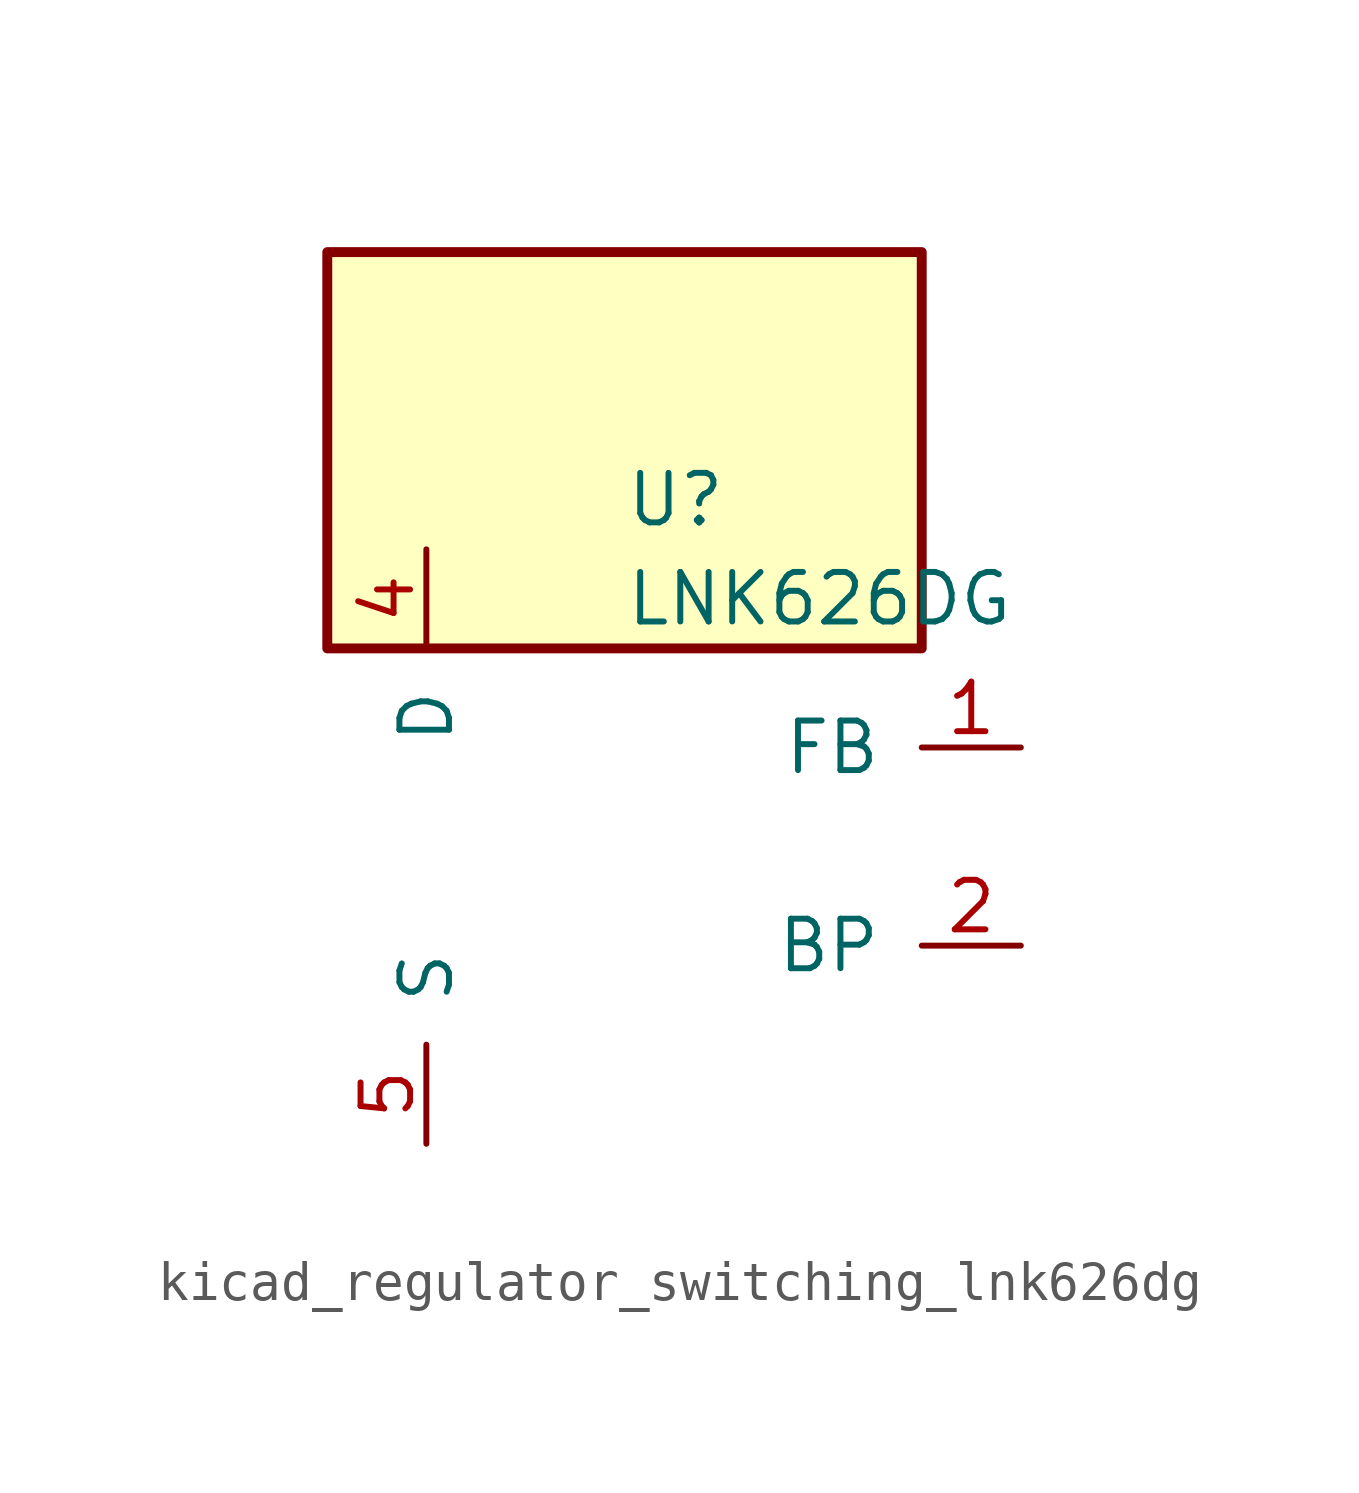
<source format=kicad_sym>
(kicad_symbol_lib
  (version 20220914)
  (generator kicad_symbol_editor)
  (symbol "kicad_regulator_switching_lnk626dg"
    (pin_names
      (offset 1.016))
    (property "Reference" "U"
      (at 0 8.89 0)
      (effects (font (size 1.27 1.27)) (justify left)))
    (property "Value" "LNK626DG"
      (at 0 6.35 0)
      (effects (font (size 1.27 1.27)) (justify left)))
    (symbol "kicad_regulator_switching_lnk626dg_0_1"
      (rectangle (start 7.62 15.24) (end -7.62 5.08) (stroke (width 0.254) (type default)) (fill (type background))))
    (symbol "kicad_regulator_switching_lnk626dg_1_1"
      (pin input line (at 10.16 2.54 180) (length 2.54) (name "FB" (effects (font (size 1.27 1.27)))) (number "1" (effects (font (size 1.27 1.27)))))
      (pin input line (at 10.16 -2.54 180) (length 2.54) (name "BP" (effects (font (size 1.27 1.27)))) (number "2" (effects (font (size 1.27 1.27)))))
      (pin open_collector line (at -5.08 7.62 270) (length 2.54) (name "D" (effects (font (size 1.27 1.27)))) (number "4" (effects (font (size 1.27 1.27)))))
      (pin power_in line (at -5.08 -7.62 90) (length 2.54) (name "S" (effects (font (size 1.27 1.27)))) (number "5" (effects (font (size 1.27 1.27)))))
      (pin passive line (at -5.08 -7.62 90) (length 2.54) hide (name "S" (effects (font (size 1.27 1.27)))) (number "6" (effects (font (size 1.27 1.27)))))
      (pin passive line (at -5.08 -7.62 90) (length 2.54) hide (name "S" (effects (font (size 1.27 1.27)))) (number "7" (effects (font (size 1.27 1.27)))))
      (pin passive line (at -5.08 -7.62 90) (length 2.54) hide (name "S" (effects (font (size 1.27 1.27)))) (number "8" (effects (font (size 1.27 1.27))))))))
</source>
